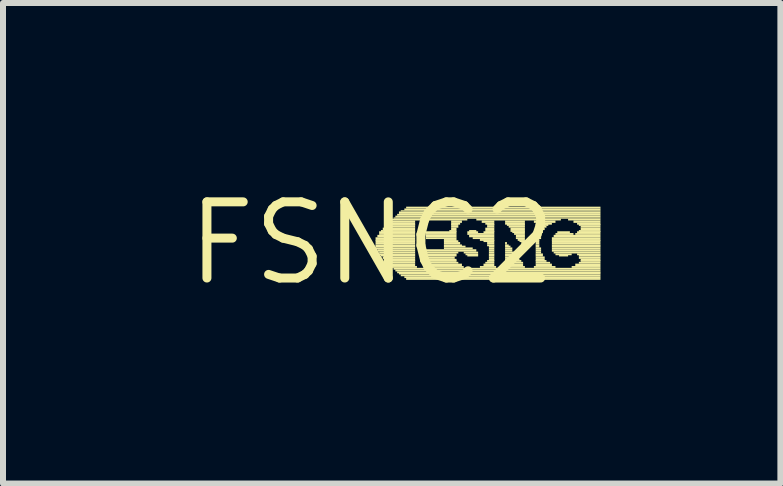
<source format=kicad_pcb>
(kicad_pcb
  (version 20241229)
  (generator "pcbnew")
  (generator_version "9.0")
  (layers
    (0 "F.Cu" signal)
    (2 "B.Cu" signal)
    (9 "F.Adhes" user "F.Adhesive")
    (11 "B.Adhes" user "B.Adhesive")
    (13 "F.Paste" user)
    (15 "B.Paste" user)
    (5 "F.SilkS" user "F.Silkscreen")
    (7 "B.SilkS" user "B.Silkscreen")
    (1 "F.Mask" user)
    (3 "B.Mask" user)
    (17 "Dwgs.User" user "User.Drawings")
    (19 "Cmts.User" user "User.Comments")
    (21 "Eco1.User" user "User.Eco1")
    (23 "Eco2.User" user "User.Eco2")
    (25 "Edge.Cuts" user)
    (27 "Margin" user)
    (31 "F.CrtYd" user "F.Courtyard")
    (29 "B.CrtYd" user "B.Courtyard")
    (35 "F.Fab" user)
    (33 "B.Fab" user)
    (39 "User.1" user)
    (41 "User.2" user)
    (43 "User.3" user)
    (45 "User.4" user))
  (footprint "FSNC2"
    (layer "F.Cu")
    (at 3.152 1.006)
    (property "Reference" "FSNC2" (at 0 0 0) (layer "F.SilkS") (effects (font (size 1.27 1.27) (thickness 0.15))))
    (fp_poly (pts (xy 0.06 -0.07) (xy 0.72 -0.07) (xy 0.72 -0.1) (xy 0.06 -0.1)) (stroke (width 0) (type default)) (fill yes) (layer "F.SilkS"))
    (fp_poly (pts (xy 0.06 -0.04) (xy 0.72 -0.04) (xy 0.72 -0.07) (xy 0.06 -0.07)) (stroke (width 0) (type default)) (fill yes) (layer "F.SilkS"))
    (fp_poly (pts (xy 0.06 -0.02) (xy 0.72 -0.02) (xy 0.72 -0.05) (xy 0.06 -0.05)) (stroke (width 0) (type default)) (fill yes) (layer "F.SilkS"))
    (fp_poly (pts (xy 0.06 0.02) (xy 0.72 0.02) (xy 0.72 -0.02) (xy 0.06 -0.02)) (stroke (width 0) (type default)) (fill yes) (layer "F.SilkS"))
    (fp_poly (pts (xy 0.06 0.05) (xy 0.72 0.05) (xy 0.72 0.02) (xy 0.06 0.02)) (stroke (width 0) (type default)) (fill yes) (layer "F.SilkS"))
    (fp_poly (pts (xy 0.06 0.07) (xy 0.72 0.07) (xy 0.72 0.04) (xy 0.06 0.04)) (stroke (width 0) (type default)) (fill yes) (layer "F.SilkS"))
    (fp_poly (pts (xy 0.06 0.1) (xy 0.72 0.1) (xy 0.72 0.07) (xy 0.06 0.07)) (stroke (width 0) (type default)) (fill yes) (layer "F.SilkS"))
    (fp_poly (pts (xy 0.09 -0.1) (xy 0.72 -0.1) (xy 0.72 -0.14) (xy 0.09 -0.14)) (stroke (width 0) (type default)) (fill yes) (layer "F.SilkS"))
    (fp_poly (pts (xy 0.09 0.14) (xy 0.72 0.14) (xy 0.72 0.1) (xy 0.09 0.1)) (stroke (width 0) (type default)) (fill yes) (layer "F.SilkS"))
    (fp_poly (pts (xy 0.12 -0.17) (xy 0.72 -0.17) (xy 0.72 -0.2) (xy 0.12 -0.2)) (stroke (width 0) (type default)) (fill yes) (layer "F.SilkS"))
    (fp_poly (pts (xy 0.12 -0.14) (xy 0.72 -0.14) (xy 0.72 -0.17) (xy 0.12 -0.17)) (stroke (width 0) (type default)) (fill yes) (layer "F.SilkS"))
    (fp_poly (pts (xy 0.12 0.17) (xy 0.72 0.17) (xy 0.72 0.14) (xy 0.12 0.14)) (stroke (width 0) (type default)) (fill yes) (layer "F.SilkS"))
    (fp_poly (pts (xy 0.12 0.2) (xy 0.72 0.2) (xy 0.72 0.17) (xy 0.12 0.17)) (stroke (width 0) (type default)) (fill yes) (layer "F.SilkS"))
    (fp_poly (pts (xy 0.15 -0.19) (xy 0.72 -0.19) (xy 0.72 -0.22) (xy 0.15 -0.22)) (stroke (width 0) (type default)) (fill yes) (layer "F.SilkS"))
    (fp_poly (pts (xy 0.15 0.22) (xy 0.72 0.22) (xy 0.72 0.19) (xy 0.15 0.19)) (stroke (width 0) (type default)) (fill yes) (layer "F.SilkS"))
    (fp_poly (pts (xy 0.18 -0.22) (xy 0.72 -0.22) (xy 0.72 -0.26) (xy 0.18 -0.26)) (stroke (width 0) (type default)) (fill yes) (layer "F.SilkS"))
    (fp_poly (pts (xy 0.18 0.26) (xy 0.72 0.26) (xy 0.72 0.22) (xy 0.18 0.22)) (stroke (width 0) (type default)) (fill yes) (layer "F.SilkS"))
    (fp_poly (pts (xy 0.21 -0.26) (xy 0.72 -0.26) (xy 0.72 -0.29) (xy 0.21 -0.29)) (stroke (width 0) (type default)) (fill yes) (layer "F.SilkS"))
    (fp_poly (pts (xy 0.21 0.29) (xy 0.72 0.29) (xy 0.72 0.26) (xy 0.21 0.26)) (stroke (width 0) (type default)) (fill yes) (layer "F.SilkS"))
    (fp_poly (pts (xy 0.24 -0.29) (xy 0.72 -0.29) (xy 0.72 -0.32) (xy 0.24 -0.32)) (stroke (width 0) (type default)) (fill yes) (layer "F.SilkS"))
    (fp_poly (pts (xy 0.24 0.31) (xy 0.72 0.31) (xy 0.72 0.28) (xy 0.24 0.28)) (stroke (width 0) (type default)) (fill yes) (layer "F.SilkS"))
    (fp_poly (pts (xy 0.27 -0.31) (xy 0.72 -0.31) (xy 0.72 -0.34) (xy 0.27 -0.34)) (stroke (width 0) (type default)) (fill yes) (layer "F.SilkS"))
    (fp_poly (pts (xy 0.27 0.34) (xy 0.72 0.34) (xy 0.72 0.31) (xy 0.27 0.31)) (stroke (width 0) (type default)) (fill yes) (layer "F.SilkS"))
    (fp_poly (pts (xy 0.3 -0.34) (xy 0.72 -0.34) (xy 0.72 -0.38) (xy 0.3 -0.38)) (stroke (width 0) (type default)) (fill yes) (layer "F.SilkS"))
    (fp_poly (pts (xy 0.3 0.38) (xy 0.72 0.38) (xy 0.72 0.34) (xy 0.3 0.34)) (stroke (width 0) (type default)) (fill yes) (layer "F.SilkS"))
    (fp_poly (pts (xy 0.33 -0.38) (xy 1.59 -0.38) (xy 1.59 -0.41) (xy 0.33 -0.41)) (stroke (width 0) (type default)) (fill yes) (layer "F.SilkS"))
    (fp_poly (pts (xy 0.33 0.41) (xy 0.75 0.41) (xy 0.75 0.38) (xy 0.33 0.38)) (stroke (width 0) (type default)) (fill yes) (layer "F.SilkS"))
    (fp_poly (pts (xy 0.36 -0.41) (xy 3.81 -0.41) (xy 3.81 -0.43) (xy 0.36 -0.43)) (stroke (width 0) (type default)) (fill yes) (layer "F.SilkS"))
    (fp_poly (pts (xy 0.36 0.44) (xy 3.81 0.44) (xy 3.81 0.41) (xy 0.36 0.41)) (stroke (width 0) (type default)) (fill yes) (layer "F.SilkS"))
    (fp_poly (pts (xy 0.39 -0.43) (xy 3.81 -0.43) (xy 3.81 -0.46) (xy 0.39 -0.46)) (stroke (width 0) (type default)) (fill yes) (layer "F.SilkS"))
    (fp_poly (pts (xy 0.39 0.47) (xy 3.81 0.47) (xy 3.81 0.44) (xy 0.39 0.44)) (stroke (width 0) (type default)) (fill yes) (layer "F.SilkS"))
    (fp_poly (pts (xy 0.42 -0.46) (xy 3.81 -0.46) (xy 3.81 -0.49) (xy 0.42 -0.49)) (stroke (width 0) (type default)) (fill yes) (layer "F.SilkS"))
    (fp_poly (pts (xy 0.42 0.5) (xy 3.81 0.5) (xy 3.81 0.47) (xy 0.42 0.47)) (stroke (width 0) (type default)) (fill yes) (layer "F.SilkS"))
    (fp_poly (pts (xy 0.45 -0.49) (xy 3.81 -0.49) (xy 3.81 -0.53) (xy 0.45 -0.53)) (stroke (width 0) (type default)) (fill yes) (layer "F.SilkS"))
    (fp_poly (pts (xy 0.45 0.52) (xy 3.81 0.52) (xy 3.81 0.49) (xy 0.45 0.49)) (stroke (width 0) (type default)) (fill yes) (layer "F.SilkS"))
    (fp_poly (pts (xy 0.48 -0.53) (xy 3.81 -0.53) (xy 3.81 -0.55) (xy 0.48 -0.55)) (stroke (width 0) (type default)) (fill yes) (layer "F.SilkS"))
    (fp_poly (pts (xy 0.48 0.55) (xy 3.81 0.55) (xy 3.81 0.52) (xy 0.48 0.52)) (stroke (width 0) (type default)) (fill yes) (layer "F.SilkS"))
    (fp_poly (pts (xy 0.54 -0.55) (xy 3.81 -0.55) (xy 3.81 -0.58) (xy 0.54 -0.58)) (stroke (width 0) (type default)) (fill yes) (layer "F.SilkS"))
    (fp_poly (pts (xy 0.54 0.58) (xy 3.81 0.58) (xy 3.81 0.55) (xy 0.54 0.55)) (stroke (width 0) (type default)) (fill yes) (layer "F.SilkS"))
    (fp_poly (pts (xy 0.57 -0.58) (xy 3.81 -0.58) (xy 3.81 -0.61) (xy 0.57 -0.61)) (stroke (width 0) (type default)) (fill yes) (layer "F.SilkS"))
    (fp_poly (pts (xy 0.57 0.61) (xy 3.81 0.61) (xy 3.81 0.58) (xy 0.57 0.58)) (stroke (width 0) (type default)) (fill yes) (layer "F.SilkS"))
    (fp_poly (pts (xy 0.87 0.41) (xy 1.53 0.41) (xy 1.53 0.38) (xy 0.87 0.38)) (stroke (width 0) (type default)) (fill yes) (layer "F.SilkS"))
    (fp_poly (pts (xy 0.9 -0.17) (xy 1.41 -0.17) (xy 1.41 -0.2) (xy 0.9 -0.2)) (stroke (width 0) (type default)) (fill yes) (layer "F.SilkS"))
    (fp_poly (pts (xy 0.9 -0.14) (xy 1.41 -0.14) (xy 1.41 -0.17) (xy 0.9 -0.17)) (stroke (width 0) (type default)) (fill yes) (layer "F.SilkS"))
    (fp_poly (pts (xy 0.9 -0.1) (xy 1.41 -0.1) (xy 1.41 -0.14) (xy 0.9 -0.14)) (stroke (width 0) (type default)) (fill yes) (layer "F.SilkS"))
    (fp_poly (pts (xy 0.9 -0.07) (xy 1.41 -0.07) (xy 1.41 -0.1) (xy 0.9 -0.1)) (stroke (width 0) (type default)) (fill yes) (layer "F.SilkS"))
    (fp_poly (pts (xy 0.9 0.14) (xy 1.74 0.14) (xy 1.74 0.1) (xy 0.9 0.1)) (stroke (width 0) (type default)) (fill yes) (layer "F.SilkS"))
    (fp_poly (pts (xy 0.9 0.17) (xy 1.44 0.17) (xy 1.44 0.14) (xy 0.9 0.14)) (stroke (width 0) (type default)) (fill yes) (layer "F.SilkS"))
    (fp_poly (pts (xy 0.9 0.2) (xy 1.41 0.2) (xy 1.41 0.17) (xy 0.9 0.17)) (stroke (width 0) (type default)) (fill yes) (layer "F.SilkS"))
    (fp_poly (pts (xy 0.9 0.22) (xy 1.41 0.22) (xy 1.41 0.19) (xy 0.9 0.19)) (stroke (width 0) (type default)) (fill yes) (layer "F.SilkS"))
    (fp_poly (pts (xy 0.9 0.26) (xy 1.38 0.26) (xy 1.38 0.22) (xy 0.9 0.22)) (stroke (width 0) (type default)) (fill yes) (layer "F.SilkS"))
    (fp_poly (pts (xy 0.9 0.29) (xy 1.41 0.29) (xy 1.41 0.26) (xy 0.9 0.26)) (stroke (width 0) (type default)) (fill yes) (layer "F.SilkS"))
    (fp_poly (pts (xy 0.9 0.31) (xy 1.41 0.31) (xy 1.41 0.28) (xy 0.9 0.28)) (stroke (width 0) (type default)) (fill yes) (layer "F.SilkS"))
    (fp_poly (pts (xy 0.9 0.34) (xy 1.44 0.34) (xy 1.44 0.31) (xy 0.9 0.31)) (stroke (width 0) (type default)) (fill yes) (layer "F.SilkS"))
    (fp_poly (pts (xy 0.9 0.38) (xy 1.5 0.38) (xy 1.5 0.34) (xy 0.9 0.34)) (stroke (width 0) (type default)) (fill yes) (layer "F.SilkS"))
    (fp_poly (pts (xy 1.2 -0.04) (xy 1.41 -0.04) (xy 1.41 -0.07) (xy 1.2 -0.07)) (stroke (width 0) (type default)) (fill yes) (layer "F.SilkS"))
    (fp_poly (pts (xy 1.2 -0.02) (xy 1.44 -0.02) (xy 1.44 -0.05) (xy 1.2 -0.05)) (stroke (width 0) (type default)) (fill yes) (layer "F.SilkS"))
    (fp_poly (pts (xy 1.2 0.02) (xy 1.47 0.02) (xy 1.47 -0.02) (xy 1.2 -0.02)) (stroke (width 0) (type default)) (fill yes) (layer "F.SilkS"))
    (fp_poly (pts (xy 1.2 0.05) (xy 1.5 0.05) (xy 1.5 0.02) (xy 1.2 0.02)) (stroke (width 0) (type default)) (fill yes) (layer "F.SilkS"))
    (fp_poly (pts (xy 1.2 0.07) (xy 1.56 0.07) (xy 1.56 0.04) (xy 1.2 0.04)) (stroke (width 0) (type default)) (fill yes) (layer "F.SilkS"))
    (fp_poly (pts (xy 1.2 0.1) (xy 1.68 0.1) (xy 1.68 0.07) (xy 1.2 0.07)) (stroke (width 0) (type default)) (fill yes) (layer "F.SilkS"))
    (fp_poly (pts (xy 1.29 -0.19) (xy 1.41 -0.19) (xy 1.41 -0.22) (xy 1.29 -0.22)) (stroke (width 0) (type default)) (fill yes) (layer "F.SilkS"))
    (fp_poly (pts (xy 1.32 -0.34) (xy 1.5 -0.34) (xy 1.5 -0.38) (xy 1.32 -0.38)) (stroke (width 0) (type default)) (fill yes) (layer "F.SilkS"))
    (fp_poly (pts (xy 1.32 -0.31) (xy 1.47 -0.31) (xy 1.47 -0.34) (xy 1.32 -0.34)) (stroke (width 0) (type default)) (fill yes) (layer "F.SilkS"))
    (fp_poly (pts (xy 1.32 -0.29) (xy 1.44 -0.29) (xy 1.44 -0.32) (xy 1.32 -0.32)) (stroke (width 0) (type default)) (fill yes) (layer "F.SilkS"))
    (fp_poly (pts (xy 1.32 -0.26) (xy 1.44 -0.26) (xy 1.44 -0.29) (xy 1.32 -0.29)) (stroke (width 0) (type default)) (fill yes) (layer "F.SilkS"))
    (fp_poly (pts (xy 1.32 -0.22) (xy 1.41 -0.22) (xy 1.41 -0.26) (xy 1.32 -0.26)) (stroke (width 0) (type default)) (fill yes) (layer "F.SilkS"))
    (fp_poly (pts (xy 1.53 0.17) (xy 1.77 0.17) (xy 1.77 0.14) (xy 1.53 0.14)) (stroke (width 0) (type default)) (fill yes) (layer "F.SilkS"))
    (fp_poly (pts (xy 1.56 0.2) (xy 1.77 0.2) (xy 1.77 0.17) (xy 1.56 0.17)) (stroke (width 0) (type default)) (fill yes) (layer "F.SilkS"))
    (fp_poly (pts (xy 1.59 -0.17) (xy 1.77 -0.17) (xy 1.77 -0.2) (xy 1.59 -0.2)) (stroke (width 0) (type default)) (fill yes) (layer "F.SilkS"))
    (fp_poly (pts (xy 1.59 -0.14) (xy 2.04 -0.14) (xy 2.04 -0.17) (xy 1.59 -0.17)) (stroke (width 0) (type default)) (fill yes) (layer "F.SilkS"))
    (fp_poly (pts (xy 1.59 0.22) (xy 1.77 0.22) (xy 1.77 0.19) (xy 1.59 0.19)) (stroke (width 0) (type default)) (fill yes) (layer "F.SilkS"))
    (fp_poly (pts (xy 1.62 -0.19) (xy 1.74 -0.19) (xy 1.74 -0.22) (xy 1.62 -0.22)) (stroke (width 0) (type default)) (fill yes) (layer "F.SilkS"))
    (fp_poly (pts (xy 1.62 -0.1) (xy 2.04 -0.1) (xy 2.04 -0.14) (xy 1.62 -0.14)) (stroke (width 0) (type default)) (fill yes) (layer "F.SilkS"))
    (fp_poly (pts (xy 1.68 -0.07) (xy 2.04 -0.07) (xy 2.04 -0.1) (xy 1.68 -0.1)) (stroke (width 0) (type default)) (fill yes) (layer "F.SilkS"))
    (fp_poly (pts (xy 1.74 -0.38) (xy 3.15 -0.38) (xy 3.15 -0.41) (xy 1.74 -0.41)) (stroke (width 0) (type default)) (fill yes) (layer "F.SilkS"))
    (fp_poly (pts (xy 1.8 -0.04) (xy 2.04 -0.04) (xy 2.04 -0.07) (xy 1.8 -0.07)) (stroke (width 0) (type default)) (fill yes) (layer "F.SilkS"))
    (fp_poly (pts (xy 1.8 0.41) (xy 2.07 0.41) (xy 2.07 0.38) (xy 1.8 0.38)) (stroke (width 0) (type default)) (fill yes) (layer "F.SilkS"))
    (fp_poly (pts (xy 1.83 -0.34) (xy 2.04 -0.34) (xy 2.04 -0.38) (xy 1.83 -0.38)) (stroke (width 0) (type default)) (fill yes) (layer "F.SilkS"))
    (fp_poly (pts (xy 1.86 -0.17) (xy 2.04 -0.17) (xy 2.04 -0.2) (xy 1.86 -0.2)) (stroke (width 0) (type default)) (fill yes) (layer "F.SilkS"))
    (fp_poly (pts (xy 1.86 -0.02) (xy 2.04 -0.02) (xy 2.04 -0.05) (xy 1.86 -0.05)) (stroke (width 0) (type default)) (fill yes) (layer "F.SilkS"))
    (fp_poly (pts (xy 1.86 0.38) (xy 2.04 0.38) (xy 2.04 0.34) (xy 1.86 0.34)) (stroke (width 0) (type default)) (fill yes) (layer "F.SilkS"))
    (fp_poly (pts (xy 1.89 -0.31) (xy 2.04 -0.31) (xy 2.04 -0.34) (xy 1.89 -0.34)) (stroke (width 0) (type default)) (fill yes) (layer "F.SilkS"))
    (fp_poly (pts (xy 1.89 -0.22) (xy 2.04 -0.22) (xy 2.04 -0.26) (xy 1.89 -0.26)) (stroke (width 0) (type default)) (fill yes) (layer "F.SilkS"))
    (fp_poly (pts (xy 1.89 -0.19) (xy 2.04 -0.19) (xy 2.04 -0.22) (xy 1.89 -0.22)) (stroke (width 0) (type default)) (fill yes) (layer "F.SilkS"))
    (fp_poly (pts (xy 1.89 0.34) (xy 2.04 0.34) (xy 2.04 0.31) (xy 1.89 0.31)) (stroke (width 0) (type default)) (fill yes) (layer "F.SilkS"))
    (fp_poly (pts (xy 1.92 -0.29) (xy 2.04 -0.29) (xy 2.04 -0.32) (xy 1.92 -0.32)) (stroke (width 0) (type default)) (fill yes) (layer "F.SilkS"))
    (fp_poly (pts (xy 1.92 -0.26) (xy 2.04 -0.26) (xy 2.04 -0.29) (xy 1.92 -0.29)) (stroke (width 0) (type default)) (fill yes) (layer "F.SilkS"))
    (fp_poly (pts (xy 1.92 0.02) (xy 2.04 0.02) (xy 2.04 -0.02) (xy 1.92 -0.02)) (stroke (width 0) (type default)) (fill yes) (layer "F.SilkS"))
    (fp_poly (pts (xy 1.92 0.05) (xy 2.04 0.05) (xy 2.04 0.02) (xy 1.92 0.02)) (stroke (width 0) (type default)) (fill yes) (layer "F.SilkS"))
    (fp_poly (pts (xy 1.92 0.31) (xy 2.04 0.31) (xy 2.04 0.28) (xy 1.92 0.28)) (stroke (width 0) (type default)) (fill yes) (layer "F.SilkS"))
    (fp_poly (pts (xy 1.95 0.07) (xy 2.04 0.07) (xy 2.04 0.04) (xy 1.95 0.04)) (stroke (width 0) (type default)) (fill yes) (layer "F.SilkS"))
    (fp_poly (pts (xy 1.95 0.1) (xy 2.04 0.1) (xy 2.04 0.07) (xy 1.95 0.07)) (stroke (width 0) (type default)) (fill yes) (layer "F.SilkS"))
    (fp_poly (pts (xy 1.95 0.14) (xy 2.04 0.14) (xy 2.04 0.1) (xy 1.95 0.1)) (stroke (width 0) (type default)) (fill yes) (layer "F.SilkS"))
    (fp_poly (pts (xy 1.95 0.17) (xy 2.04 0.17) (xy 2.04 0.14) (xy 1.95 0.14)) (stroke (width 0) (type default)) (fill yes) (layer "F.SilkS"))
    (fp_poly (pts (xy 1.95 0.2) (xy 2.04 0.2) (xy 2.04 0.17) (xy 1.95 0.17)) (stroke (width 0) (type default)) (fill yes) (layer "F.SilkS"))
    (fp_poly (pts (xy 1.95 0.22) (xy 2.04 0.22) (xy 2.04 0.19) (xy 1.95 0.19)) (stroke (width 0) (type default)) (fill yes) (layer "F.SilkS"))
    (fp_poly (pts (xy 1.95 0.26) (xy 2.04 0.26) (xy 2.04 0.22) (xy 1.95 0.22)) (stroke (width 0) (type default)) (fill yes) (layer "F.SilkS"))
    (fp_poly (pts (xy 1.95 0.29) (xy 2.04 0.29) (xy 2.04 0.26) (xy 1.95 0.26)) (stroke (width 0) (type default)) (fill yes) (layer "F.SilkS"))
    (fp_poly (pts (xy 2.19 0.41) (xy 2.55 0.41) (xy 2.55 0.38) (xy 2.19 0.38)) (stroke (width 0) (type default)) (fill yes) (layer "F.SilkS"))
    (fp_poly (pts (xy 2.22 -0.34) (xy 2.55 -0.34) (xy 2.55 -0.38) (xy 2.22 -0.38)) (stroke (width 0) (type default)) (fill yes) (layer "F.SilkS"))
    (fp_poly (pts (xy 2.22 -0.31) (xy 2.55 -0.31) (xy 2.55 -0.34) (xy 2.22 -0.34)) (stroke (width 0) (type default)) (fill yes) (layer "F.SilkS"))
    (fp_poly (pts (xy 2.22 0.02) (xy 2.25 0.02) (xy 2.25 -0.02) (xy 2.22 -0.02)) (stroke (width 0) (type default)) (fill yes) (layer "F.SilkS"))
    (fp_poly (pts (xy 2.22 0.05) (xy 2.28 0.05) (xy 2.28 0.02) (xy 2.22 0.02)) (stroke (width 0) (type default)) (fill yes) (layer "F.SilkS"))
    (fp_poly (pts (xy 2.22 0.07) (xy 2.31 0.07) (xy 2.31 0.04) (xy 2.22 0.04)) (stroke (width 0) (type default)) (fill yes) (layer "F.SilkS"))
    (fp_poly (pts (xy 2.22 0.1) (xy 2.34 0.1) (xy 2.34 0.07) (xy 2.22 0.07)) (stroke (width 0) (type default)) (fill yes) (layer "F.SilkS"))
    (fp_poly (pts (xy 2.22 0.14) (xy 2.34 0.14) (xy 2.34 0.1) (xy 2.22 0.1)) (stroke (width 0) (type default)) (fill yes) (layer "F.SilkS"))
    (fp_poly (pts (xy 2.22 0.17) (xy 2.37 0.17) (xy 2.37 0.14) (xy 2.22 0.14)) (stroke (width 0) (type default)) (fill yes) (layer "F.SilkS"))
    (fp_poly (pts (xy 2.22 0.2) (xy 2.4 0.2) (xy 2.4 0.17) (xy 2.22 0.17)) (stroke (width 0) (type default)) (fill yes) (layer "F.SilkS"))
    (fp_poly (pts (xy 2.22 0.22) (xy 2.43 0.22) (xy 2.43 0.19) (xy 2.22 0.19)) (stroke (width 0) (type default)) (fill yes) (layer "F.SilkS"))
    (fp_poly (pts (xy 2.22 0.26) (xy 2.43 0.26) (xy 2.43 0.22) (xy 2.22 0.22)) (stroke (width 0) (type default)) (fill yes) (layer "F.SilkS"))
    (fp_poly (pts (xy 2.22 0.29) (xy 2.46 0.29) (xy 2.46 0.26) (xy 2.22 0.26)) (stroke (width 0) (type default)) (fill yes) (layer "F.SilkS"))
    (fp_poly (pts (xy 2.22 0.31) (xy 2.49 0.31) (xy 2.49 0.28) (xy 2.22 0.28)) (stroke (width 0) (type default)) (fill yes) (layer "F.SilkS"))
    (fp_poly (pts (xy 2.22 0.34) (xy 2.52 0.34) (xy 2.52 0.31) (xy 2.22 0.31)) (stroke (width 0) (type default)) (fill yes) (layer "F.SilkS"))
    (fp_poly (pts (xy 2.22 0.38) (xy 2.52 0.38) (xy 2.52 0.34) (xy 2.22 0.34)) (stroke (width 0) (type default)) (fill yes) (layer "F.SilkS"))
    (fp_poly (pts (xy 2.25 -0.29) (xy 2.55 -0.29) (xy 2.55 -0.32) (xy 2.25 -0.32)) (stroke (width 0) (type default)) (fill yes) (layer "F.SilkS"))
    (fp_poly (pts (xy 2.28 -0.26) (xy 2.55 -0.26) (xy 2.55 -0.29) (xy 2.28 -0.29)) (stroke (width 0) (type default)) (fill yes) (layer "F.SilkS"))
    (fp_poly (pts (xy 2.31 -0.22) (xy 2.55 -0.22) (xy 2.55 -0.26) (xy 2.31 -0.26)) (stroke (width 0) (type default)) (fill yes) (layer "F.SilkS"))
    (fp_poly (pts (xy 2.31 -0.19) (xy 2.55 -0.19) (xy 2.55 -0.22) (xy 2.31 -0.22)) (stroke (width 0) (type default)) (fill yes) (layer "F.SilkS"))
    (fp_poly (pts (xy 2.34 -0.17) (xy 2.55 -0.17) (xy 2.55 -0.2) (xy 2.34 -0.2)) (stroke (width 0) (type default)) (fill yes) (layer "F.SilkS"))
    (fp_poly (pts (xy 2.37 -0.14) (xy 2.55 -0.14) (xy 2.55 -0.17) (xy 2.37 -0.17)) (stroke (width 0) (type default)) (fill yes) (layer "F.SilkS"))
    (fp_poly (pts (xy 2.4 -0.1) (xy 2.55 -0.1) (xy 2.55 -0.14) (xy 2.4 -0.14)) (stroke (width 0) (type default)) (fill yes) (layer "F.SilkS"))
    (fp_poly (pts (xy 2.4 -0.07) (xy 2.55 -0.07) (xy 2.55 -0.1) (xy 2.4 -0.1)) (stroke (width 0) (type default)) (fill yes) (layer "F.SilkS"))
    (fp_poly (pts (xy 2.43 -0.04) (xy 2.55 -0.04) (xy 2.55 -0.07) (xy 2.43 -0.07)) (stroke (width 0) (type default)) (fill yes) (layer "F.SilkS"))
    (fp_poly (pts (xy 2.46 -0.02) (xy 2.55 -0.02) (xy 2.55 -0.05) (xy 2.46 -0.05)) (stroke (width 0) (type default)) (fill yes) (layer "F.SilkS"))
    (fp_poly (pts (xy 2.49 0.02) (xy 2.55 0.02) (xy 2.55 -0.02) (xy 2.49 -0.02)) (stroke (width 0) (type default)) (fill yes) (layer "F.SilkS"))
    (fp_poly (pts (xy 2.49 0.05) (xy 2.55 0.05) (xy 2.55 0.02) (xy 2.49 0.02)) (stroke (width 0) (type default)) (fill yes) (layer "F.SilkS"))
    (fp_poly (pts (xy 2.7 -0.34) (xy 3.06 -0.34) (xy 3.06 -0.38) (xy 2.7 -0.38)) (stroke (width 0) (type default)) (fill yes) (layer "F.SilkS"))
    (fp_poly (pts (xy 2.7 0.41) (xy 3.06 0.41) (xy 3.06 0.38) (xy 2.7 0.38)) (stroke (width 0) (type default)) (fill yes) (layer "F.SilkS"))
    (fp_poly (pts (xy 2.73 -0.31) (xy 3 -0.31) (xy 3 -0.34) (xy 2.73 -0.34)) (stroke (width 0) (type default)) (fill yes) (layer "F.SilkS"))
    (fp_poly (pts (xy 2.73 -0.29) (xy 2.94 -0.29) (xy 2.94 -0.32) (xy 2.73 -0.32)) (stroke (width 0) (type default)) (fill yes) (layer "F.SilkS"))
    (fp_poly (pts (xy 2.73 -0.26) (xy 2.91 -0.26) (xy 2.91 -0.29) (xy 2.73 -0.29)) (stroke (width 0) (type default)) (fill yes) (layer "F.SilkS"))
    (fp_poly (pts (xy 2.73 -0.22) (xy 2.88 -0.22) (xy 2.88 -0.26) (xy 2.73 -0.26)) (stroke (width 0) (type default)) (fill yes) (layer "F.SilkS"))
    (fp_poly (pts (xy 2.73 -0.19) (xy 2.85 -0.19) (xy 2.85 -0.22) (xy 2.73 -0.22)) (stroke (width 0) (type default)) (fill yes) (layer "F.SilkS"))
    (fp_poly (pts (xy 2.73 -0.17) (xy 2.85 -0.17) (xy 2.85 -0.2) (xy 2.73 -0.2)) (stroke (width 0) (type default)) (fill yes) (layer "F.SilkS"))
    (fp_poly (pts (xy 2.73 -0.14) (xy 2.82 -0.14) (xy 2.82 -0.17) (xy 2.73 -0.17)) (stroke (width 0) (type default)) (fill yes) (layer "F.SilkS"))
    (fp_poly (pts (xy 2.73 -0.1) (xy 2.82 -0.1) (xy 2.82 -0.14) (xy 2.73 -0.14)) (stroke (width 0) (type default)) (fill yes) (layer "F.SilkS"))
    (fp_poly (pts (xy 2.73 -0.07) (xy 2.82 -0.07) (xy 2.82 -0.1) (xy 2.73 -0.1)) (stroke (width 0) (type default)) (fill yes) (layer "F.SilkS"))
    (fp_poly (pts (xy 2.73 -0.04) (xy 2.79 -0.04) (xy 2.79 -0.07) (xy 2.73 -0.07)) (stroke (width 0) (type default)) (fill yes) (layer "F.SilkS"))
    (fp_poly (pts (xy 2.73 -0.02) (xy 2.79 -0.02) (xy 2.79 -0.05) (xy 2.73 -0.05)) (stroke (width 0) (type default)) (fill yes) (layer "F.SilkS"))
    (fp_poly (pts (xy 2.73 0.02) (xy 2.79 0.02) (xy 2.79 -0.02) (xy 2.73 -0.02)) (stroke (width 0) (type default)) (fill yes) (layer "F.SilkS"))
    (fp_poly (pts (xy 2.73 0.05) (xy 2.79 0.05) (xy 2.79 0.02) (xy 2.73 0.02)) (stroke (width 0) (type default)) (fill yes) (layer "F.SilkS"))
    (fp_poly (pts (xy 2.73 0.07) (xy 2.79 0.07) (xy 2.79 0.04) (xy 2.73 0.04)) (stroke (width 0) (type default)) (fill yes) (layer "F.SilkS"))
    (fp_poly (pts (xy 2.73 0.1) (xy 2.82 0.1) (xy 2.82 0.07) (xy 2.73 0.07)) (stroke (width 0) (type default)) (fill yes) (layer "F.SilkS"))
    (fp_poly (pts (xy 2.73 0.14) (xy 2.82 0.14) (xy 2.82 0.1) (xy 2.73 0.1)) (stroke (width 0) (type default)) (fill yes) (layer "F.SilkS"))
    (fp_poly (pts (xy 2.73 0.17) (xy 2.82 0.17) (xy 2.82 0.14) (xy 2.73 0.14)) (stroke (width 0) (type default)) (fill yes) (layer "F.SilkS"))
    (fp_poly (pts (xy 2.73 0.2) (xy 2.85 0.2) (xy 2.85 0.17) (xy 2.73 0.17)) (stroke (width 0) (type default)) (fill yes) (layer "F.SilkS"))
    (fp_poly (pts (xy 2.73 0.22) (xy 2.85 0.22) (xy 2.85 0.19) (xy 2.73 0.19)) (stroke (width 0) (type default)) (fill yes) (layer "F.SilkS"))
    (fp_poly (pts (xy 2.73 0.26) (xy 2.88 0.26) (xy 2.88 0.22) (xy 2.73 0.22)) (stroke (width 0) (type default)) (fill yes) (layer "F.SilkS"))
    (fp_poly (pts (xy 2.73 0.29) (xy 2.88 0.29) (xy 2.88 0.26) (xy 2.73 0.26)) (stroke (width 0) (type default)) (fill yes) (layer "F.SilkS"))
    (fp_poly (pts (xy 2.73 0.31) (xy 2.91 0.31) (xy 2.91 0.28) (xy 2.73 0.28)) (stroke (width 0) (type default)) (fill yes) (layer "F.SilkS"))
    (fp_poly (pts (xy 2.73 0.34) (xy 2.97 0.34) (xy 2.97 0.31) (xy 2.73 0.31)) (stroke (width 0) (type default)) (fill yes) (layer "F.SilkS"))
    (fp_poly (pts (xy 2.73 0.38) (xy 3 0.38) (xy 3 0.34) (xy 2.73 0.34)) (stroke (width 0) (type default)) (fill yes) (layer "F.SilkS"))
    (fp_poly (pts (xy 3 -0.07) (xy 3.81 -0.07) (xy 3.81 -0.1) (xy 3 -0.1)) (stroke (width 0) (type default)) (fill yes) (layer "F.SilkS"))
    (fp_poly (pts (xy 3 -0.04) (xy 3.81 -0.04) (xy 3.81 -0.07) (xy 3 -0.07)) (stroke (width 0) (type default)) (fill yes) (layer "F.SilkS"))
    (fp_poly (pts (xy 3 -0.02) (xy 3.81 -0.02) (xy 3.81 -0.05) (xy 3 -0.05)) (stroke (width 0) (type default)) (fill yes) (layer "F.SilkS"))
    (fp_poly (pts (xy 3 0.02) (xy 3.81 0.02) (xy 3.81 -0.02) (xy 3 -0.02)) (stroke (width 0) (type default)) (fill yes) (layer "F.SilkS"))
    (fp_poly (pts (xy 3 0.05) (xy 3.81 0.05) (xy 3.81 0.02) (xy 3 0.02)) (stroke (width 0) (type default)) (fill yes) (layer "F.SilkS"))
    (fp_poly (pts (xy 3 0.07) (xy 3.81 0.07) (xy 3.81 0.04) (xy 3 0.04)) (stroke (width 0) (type default)) (fill yes) (layer "F.SilkS"))
    (fp_poly (pts (xy 3 0.1) (xy 3.81 0.1) (xy 3.81 0.07) (xy 3 0.07)) (stroke (width 0) (type default)) (fill yes) (layer "F.SilkS"))
    (fp_poly (pts (xy 3 0.14) (xy 3.81 0.14) (xy 3.81 0.1) (xy 3 0.1)) (stroke (width 0) (type default)) (fill yes) (layer "F.SilkS"))
    (fp_poly (pts (xy 3.03 -0.1) (xy 3.81 -0.1) (xy 3.81 -0.14) (xy 3.03 -0.14)) (stroke (width 0) (type default)) (fill yes) (layer "F.SilkS"))
    (fp_poly (pts (xy 3.03 0.17) (xy 3.81 0.17) (xy 3.81 0.14) (xy 3.03 0.14)) (stroke (width 0) (type default)) (fill yes) (layer "F.SilkS"))
    (fp_poly (pts (xy 3.06 -0.14) (xy 3.36 -0.14) (xy 3.36 -0.17) (xy 3.06 -0.17)) (stroke (width 0) (type default)) (fill yes) (layer "F.SilkS"))
    (fp_poly (pts (xy 3.06 0.2) (xy 3.33 0.2) (xy 3.33 0.17) (xy 3.06 0.17)) (stroke (width 0) (type default)) (fill yes) (layer "F.SilkS"))
    (fp_poly (pts (xy 3.09 -0.17) (xy 3.3 -0.17) (xy 3.3 -0.2) (xy 3.09 -0.2)) (stroke (width 0) (type default)) (fill yes) (layer "F.SilkS"))
    (fp_poly (pts (xy 3.12 0.22) (xy 3.27 0.22) (xy 3.27 0.19) (xy 3.12 0.19)) (stroke (width 0) (type default)) (fill yes) (layer "F.SilkS"))
    (fp_poly (pts (xy 3.27 -0.38) (xy 3.81 -0.38) (xy 3.81 -0.41) (xy 3.27 -0.41)) (stroke (width 0) (type default)) (fill yes) (layer "F.SilkS"))
    (fp_poly (pts (xy 3.33 0.41) (xy 3.81 0.41) (xy 3.81 0.38) (xy 3.33 0.38)) (stroke (width 0) (type default)) (fill yes) (layer "F.SilkS"))
    (fp_poly (pts (xy 3.36 -0.34) (xy 3.81 -0.34) (xy 3.81 -0.38) (xy 3.36 -0.38)) (stroke (width 0) (type default)) (fill yes) (layer "F.SilkS"))
    (fp_poly (pts (xy 3.39 -0.14) (xy 3.81 -0.14) (xy 3.81 -0.17) (xy 3.39 -0.17)) (stroke (width 0) (type default)) (fill yes) (layer "F.SilkS"))
    (fp_poly (pts (xy 3.39 0.38) (xy 3.81 0.38) (xy 3.81 0.34) (xy 3.39 0.34)) (stroke (width 0) (type default)) (fill yes) (layer "F.SilkS"))
    (fp_poly (pts (xy 3.42 -0.31) (xy 3.81 -0.31) (xy 3.81 -0.34) (xy 3.42 -0.34)) (stroke (width 0) (type default)) (fill yes) (layer "F.SilkS"))
    (fp_poly (pts (xy 3.42 -0.17) (xy 3.81 -0.17) (xy 3.81 -0.2) (xy 3.42 -0.2)) (stroke (width 0) (type default)) (fill yes) (layer "F.SilkS"))
    (fp_poly (pts (xy 3.42 0.2) (xy 3.81 0.2) (xy 3.81 0.17) (xy 3.42 0.17)) (stroke (width 0) (type default)) (fill yes) (layer "F.SilkS"))
    (fp_poly (pts (xy 3.45 -0.29) (xy 3.81 -0.29) (xy 3.81 -0.32) (xy 3.45 -0.32)) (stroke (width 0) (type default)) (fill yes) (layer "F.SilkS"))
    (fp_poly (pts (xy 3.45 -0.19) (xy 3.81 -0.19) (xy 3.81 -0.22) (xy 3.45 -0.22)) (stroke (width 0) (type default)) (fill yes) (layer "F.SilkS"))
    (fp_poly (pts (xy 3.45 0.22) (xy 3.81 0.22) (xy 3.81 0.19) (xy 3.45 0.19)) (stroke (width 0) (type default)) (fill yes) (layer "F.SilkS"))
    (fp_poly (pts (xy 3.45 0.26) (xy 3.81 0.26) (xy 3.81 0.22) (xy 3.45 0.22)) (stroke (width 0) (type default)) (fill yes) (layer "F.SilkS"))
    (fp_poly (pts (xy 3.45 0.34) (xy 3.81 0.34) (xy 3.81 0.31) (xy 3.45 0.31)) (stroke (width 0) (type default)) (fill yes) (layer "F.SilkS"))
    (fp_poly (pts (xy 3.48 -0.26) (xy 3.81 -0.26) (xy 3.81 -0.29) (xy 3.48 -0.29)) (stroke (width 0) (type default)) (fill yes) (layer "F.SilkS"))
    (fp_poly (pts (xy 3.48 -0.22) (xy 3.81 -0.22) (xy 3.81 -0.26) (xy 3.48 -0.26)) (stroke (width 0) (type default)) (fill yes) (layer "F.SilkS"))
    (fp_poly (pts (xy 3.48 0.29) (xy 3.81 0.29) (xy 3.81 0.26) (xy 3.48 0.26)) (stroke (width 0) (type default)) (fill yes) (layer "F.SilkS"))
    (fp_poly (pts (xy 3.48 0.31) (xy 3.81 0.31) (xy 3.81 0.28) (xy 3.48 0.28)) (stroke (width 0) (type default)) (fill yes) (layer "F.SilkS")))
  (gr_rect
    (start -3 -3)
    (end 9.962 5.012)
    (stroke (width 0.1) (type default))
    (fill no)
    (layer "Edge.Cuts")))
</source>
